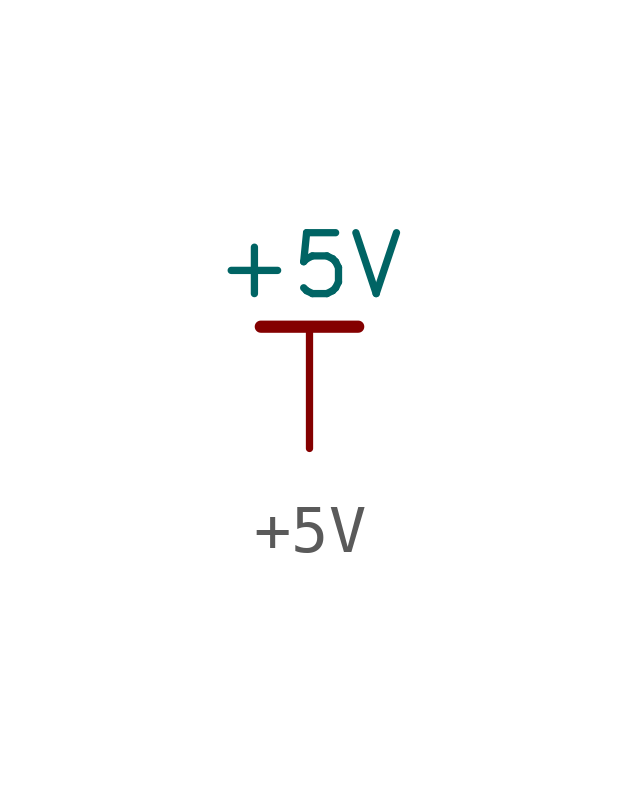
<source format=kicad_sym>
(kicad_symbol_lib
  (version 20211014)
  (generator kicad_symbol_editor)
  (symbol "+5V"
    (power)
    (pin_numbers hide)
    (pin_names
      (offset 0) hide)
    (property "Reference" "#PWR"
      (at 0 -1.905 0)
      (effects (font (size 1.27 1.27)) hide))
    (property "Value" "+5V"
      (at 0 3.81 0)
      (effects (font (size 1.27 1.27))))
    (symbol "+5V_0_1"
      (polyline (pts (xy -1.016 2.54) (xy 1.016 2.54)) (stroke (width 0.254) (type default) (color 0 0 0 0)) (fill (type none)))
      (polyline (pts (xy 0 2.54) (xy 0 0)) (stroke (width 0.152) (type default) (color 0 0 0 0)) (fill (type none))))
    (symbol "+5V_1_1"
      (pin power_in line (at 0 0 90) (length 0) hide (name "+5V" (effects (font (size 0.635 0.635)))) (number "1" (effects (font (size 0.635 0.635))))))))
</source>
